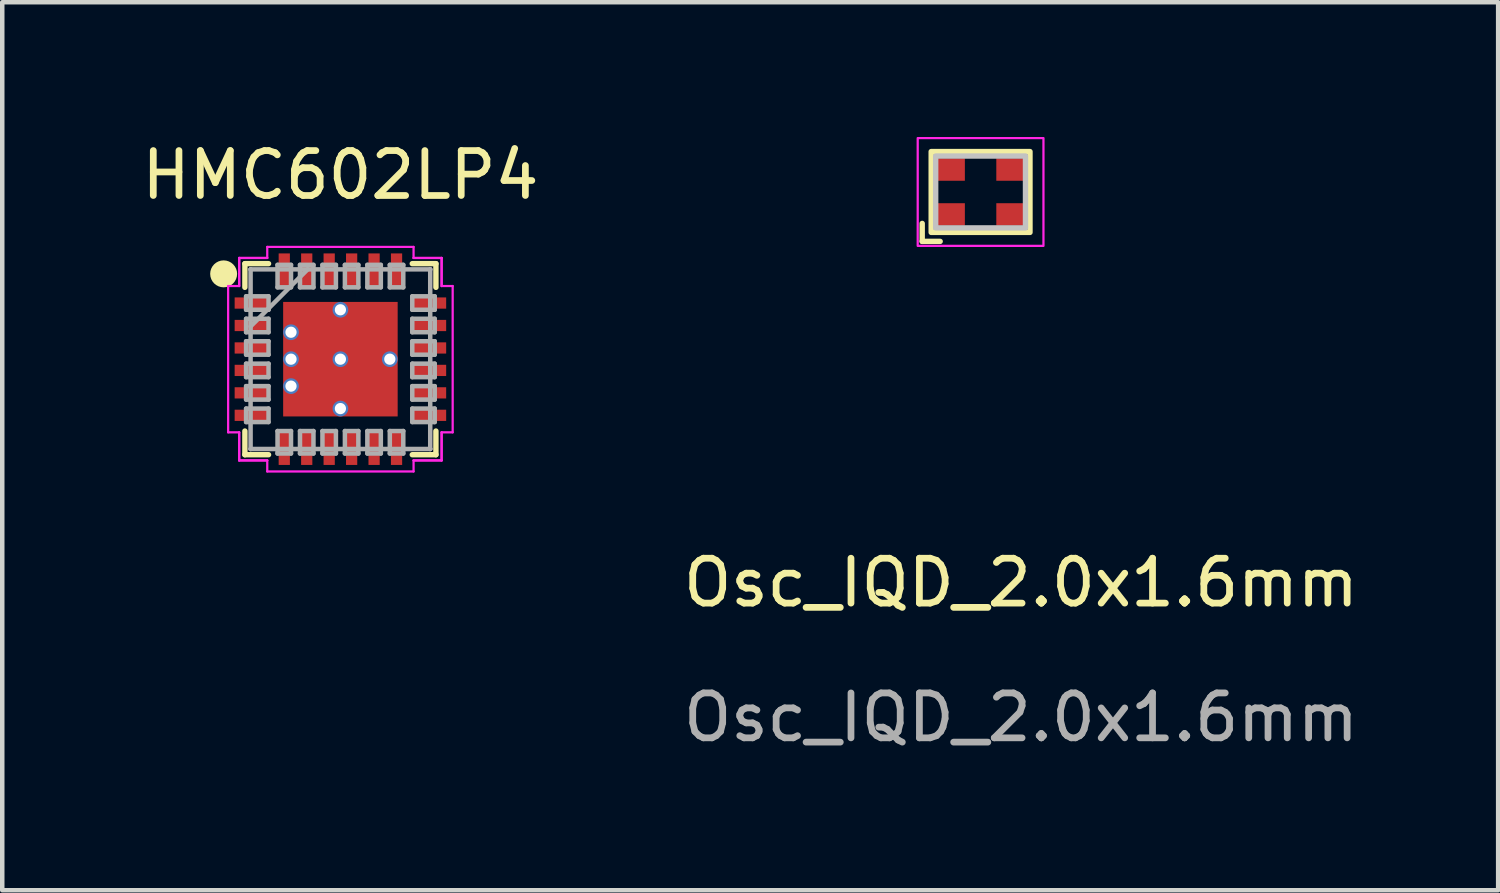
<source format=kicad_pcb>
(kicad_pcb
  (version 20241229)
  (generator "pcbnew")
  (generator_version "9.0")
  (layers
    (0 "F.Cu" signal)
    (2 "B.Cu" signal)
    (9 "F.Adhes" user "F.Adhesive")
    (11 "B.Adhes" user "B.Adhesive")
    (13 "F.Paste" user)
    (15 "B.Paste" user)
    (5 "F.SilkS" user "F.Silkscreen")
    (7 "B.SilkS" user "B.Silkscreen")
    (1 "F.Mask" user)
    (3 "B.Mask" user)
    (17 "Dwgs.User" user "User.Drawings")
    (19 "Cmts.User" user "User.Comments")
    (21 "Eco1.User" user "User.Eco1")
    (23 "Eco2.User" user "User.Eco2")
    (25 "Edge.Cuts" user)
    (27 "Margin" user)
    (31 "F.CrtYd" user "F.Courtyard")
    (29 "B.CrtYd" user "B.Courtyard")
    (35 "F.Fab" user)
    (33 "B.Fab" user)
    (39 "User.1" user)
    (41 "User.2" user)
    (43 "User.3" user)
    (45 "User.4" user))
  (footprint "HMC602LP4"
    (layer "F.Cu")
    (at 4.53 4.948)
    (property "Reference" "HMC602LP4" (at 0 -4.1 0) (layer "F.SilkS") (effects (font (size 1 1) (thickness 0.15))))
    (attr smd)
    (fp_line (start -2.127 -2.127) (end -2.127 -1.6) (stroke (width 0.12) (type solid)) (layer "F.SilkS"))
    (fp_line (start -2.127 1.6) (end -2.127 2.127) (stroke (width 0.12) (type solid)) (layer "F.SilkS"))
    (fp_line (start -2.127 2.127) (end -1.6 2.127) (stroke (width 0.12) (type solid)) (layer "F.SilkS"))
    (fp_line (start -1.6 -2.127) (end -2.127 -2.127) (stroke (width 0.12) (type solid)) (layer "F.SilkS"))
    (fp_line (start 1.6 2.127) (end 2.127 2.127) (stroke (width 0.12) (type solid)) (layer "F.SilkS"))
    (fp_line (start 2.127 -2.127) (end 1.6 -2.127) (stroke (width 0.12) (type solid)) (layer "F.SilkS"))
    (fp_line (start 2.127 -1.6) (end 2.127 -2.127) (stroke (width 0.12) (type solid)) (layer "F.SilkS"))
    (fp_line (start 2.127 2.127) (end 2.127 1.6) (stroke (width 0.12) (type solid)) (layer "F.SilkS"))
    (fp_circle (center -2.6 -1.9) (end -2.3 -1.9) (stroke (width 0) (type solid)) (fill yes) (layer "F.SilkS"))
    (fp_poly (pts (xy -1.2 -1.2) (xy -1.2 -0.9) (xy -0.5 -0.9) (xy -0.5 -1.2)) (stroke (width 0.1) (type solid)) (fill yes) (layer "F.Paste"))
    (fp_poly (pts (xy -1.2 0.9) (xy -1.2 1.2) (xy -0.5 1.2) (xy -0.5 0.9)) (stroke (width 0.1) (type solid)) (fill yes) (layer "F.Paste"))
    (fp_poly (pts (xy -0.5 0.6) (xy -0.5 -0.6) (xy -0.8 -0.6) (xy -0.8 0.6)) (stroke (width 0.1) (type solid)) (fill yes) (layer "F.Paste"))
    (fp_poly (pts (xy -0.2 -0.5) (xy 0.2 -0.5) (xy 0.2 -0.8) (xy -0.2 -0.8)) (stroke (width 0.1) (type solid)) (fill yes) (layer "F.Paste"))
    (fp_poly (pts (xy -0.2 0.8) (xy 0.2 0.8) (xy 0.2 0.5) (xy -0.2 0.5)) (stroke (width 0.1) (type solid)) (fill yes) (layer "F.Paste"))
    (fp_poly (pts (xy 0.5 -1.2) (xy 0.5 -0.9) (xy 1.2 -0.9) (xy 1.2 -1.2)) (stroke (width 0.1) (type solid)) (fill yes) (layer "F.Paste"))
    (fp_poly (pts (xy 0.5 0.9) (xy 0.5 1.2) (xy 1.2 1.2) (xy 1.2 0.9)) (stroke (width 0.1) (type solid)) (fill yes) (layer "F.Paste"))
    (fp_poly (pts (xy 0.8 0.6) (xy 0.8 -0.6) (xy 0.5 -0.6) (xy 0.5 0.6)) (stroke (width 0.1) (type solid)) (fill yes) (layer "F.Paste"))
    (fp_line (start -2.5 -1.629) (end -2.254 -1.629) (stroke (width 0.05) (type solid)) (layer "F.CrtYd"))
    (fp_line (start -2.5 1.629) (end -2.5 -1.629) (stroke (width 0.05) (type solid)) (layer "F.CrtYd"))
    (fp_line (start -2.254 -2.254) (end -1.629 -2.254) (stroke (width 0.05) (type solid)) (layer "F.CrtYd"))
    (fp_line (start -2.254 -2.254) (end -1.629 -2.254) (stroke (width 0.05) (type solid)) (layer "F.CrtYd"))
    (fp_line (start -2.254 -1.629) (end -2.254 -2.254) (stroke (width 0.05) (type solid)) (layer "F.CrtYd"))
    (fp_line (start -2.254 -1.629) (end -2.254 -2.254) (stroke (width 0.05) (type solid)) (layer "F.CrtYd"))
    (fp_line (start -2.254 1.629) (end -2.5 1.629) (stroke (width 0.05) (type solid)) (layer "F.CrtYd"))
    (fp_line (start -2.254 2.254) (end -2.254 1.629) (stroke (width 0.05) (type solid)) (layer "F.CrtYd"))
    (fp_line (start -2.254 2.254) (end -2.254 1.629) (stroke (width 0.05) (type solid)) (layer "F.CrtYd"))
    (fp_line (start -1.629 -2.5) (end 1.629 -2.5) (stroke (width 0.05) (type solid)) (layer "F.CrtYd"))
    (fp_line (start -1.629 -2.254) (end -1.629 -2.5) (stroke (width 0.05) (type solid)) (layer "F.CrtYd"))
    (fp_line (start -1.629 2.254) (end -2.254 2.254) (stroke (width 0.05) (type solid)) (layer "F.CrtYd"))
    (fp_line (start -1.629 2.254) (end -2.254 2.254) (stroke (width 0.05) (type solid)) (layer "F.CrtYd"))
    (fp_line (start -1.629 2.5) (end -1.629 2.254) (stroke (width 0.05) (type solid)) (layer "F.CrtYd"))
    (fp_line (start 1.629 -2.5) (end 1.629 -2.254) (stroke (width 0.05) (type solid)) (layer "F.CrtYd"))
    (fp_line (start 1.629 -2.254) (end 2.254 -2.254) (stroke (width 0.05) (type solid)) (layer "F.CrtYd"))
    (fp_line (start 1.629 -2.254) (end 2.254 -2.254) (stroke (width 0.05) (type solid)) (layer "F.CrtYd"))
    (fp_line (start 1.629 2.254) (end 1.629 2.5) (stroke (width 0.05) (type solid)) (layer "F.CrtYd"))
    (fp_line (start 1.629 2.5) (end -1.629 2.5) (stroke (width 0.05) (type solid)) (layer "F.CrtYd"))
    (fp_line (start 2.254 -2.254) (end 2.254 -1.629) (stroke (width 0.05) (type solid)) (layer "F.CrtYd"))
    (fp_line (start 2.254 -2.254) (end 2.254 -1.629) (stroke (width 0.05) (type solid)) (layer "F.CrtYd"))
    (fp_line (start 2.254 -1.629) (end 2.5 -1.629) (stroke (width 0.05) (type solid)) (layer "F.CrtYd"))
    (fp_line (start 2.254 1.629) (end 2.254 2.254) (stroke (width 0.05) (type solid)) (layer "F.CrtYd"))
    (fp_line (start 2.254 1.629) (end 2.254 2.254) (stroke (width 0.05) (type solid)) (layer "F.CrtYd"))
    (fp_line (start 2.254 2.254) (end 1.629 2.254) (stroke (width 0.05) (type solid)) (layer "F.CrtYd"))
    (fp_line (start 2.254 2.254) (end 1.629 2.254) (stroke (width 0.05) (type solid)) (layer "F.CrtYd"))
    (fp_line (start 2.5 -1.629) (end 2.5 1.629) (stroke (width 0.05) (type solid)) (layer "F.CrtYd"))
    (fp_line (start 2.5 1.629) (end 2.254 1.629) (stroke (width 0.05) (type solid)) (layer "F.CrtYd"))
    (fp_line (start -2.1 -1.4) (end -2.1 -1.1) (stroke (width 0.1) (type solid)) (layer "F.Fab"))
    (fp_line (start -2.1 -1.1) (end -1.6 -1.1) (stroke (width 0.1) (type solid)) (layer "F.Fab"))
    (fp_line (start -2.1 -0.9) (end -2.1 -0.6) (stroke (width 0.1) (type solid)) (layer "F.Fab"))
    (fp_line (start -2.1 -0.6) (end -1.6 -0.6) (stroke (width 0.1) (type solid)) (layer "F.Fab"))
    (fp_line (start -2.1 -0.4) (end -2.1 -0.1) (stroke (width 0.1) (type solid)) (layer "F.Fab"))
    (fp_line (start -2.1 -0.1) (end -1.6 -0.1) (stroke (width 0.1) (type solid)) (layer "F.Fab"))
    (fp_line (start -2.1 0.1) (end -2.1 0.4) (stroke (width 0.1) (type solid)) (layer "F.Fab"))
    (fp_line (start -2.1 0.4) (end -1.6 0.4) (stroke (width 0.1) (type solid)) (layer "F.Fab"))
    (fp_line (start -2.1 0.6) (end -2.1 0.9) (stroke (width 0.1) (type solid)) (layer "F.Fab"))
    (fp_line (start -2.1 0.9) (end -1.6 0.9) (stroke (width 0.1) (type solid)) (layer "F.Fab"))
    (fp_line (start -2.1 1.1) (end -2.1 1.4) (stroke (width 0.1) (type solid)) (layer "F.Fab"))
    (fp_line (start -2.1 1.4) (end -1.6 1.4) (stroke (width 0.1) (type solid)) (layer "F.Fab"))
    (fp_line (start -2 -2) (end -2 -2) (stroke (width 0.1) (type solid)) (layer "F.Fab"))
    (fp_line (start -2 -2) (end -2 2) (stroke (width 0.1) (type solid)) (layer "F.Fab"))
    (fp_line (start -2 -0.73) (end -0.73 -2) (stroke (width 0.1) (type solid)) (layer "F.Fab"))
    (fp_line (start -2 2) (end -2 2) (stroke (width 0.1) (type solid)) (layer "F.Fab"))
    (fp_line (start -2 2) (end 2 2) (stroke (width 0.1) (type solid)) (layer "F.Fab"))
    (fp_line (start -1.6 -1.4) (end -2.1 -1.4) (stroke (width 0.1) (type solid)) (layer "F.Fab"))
    (fp_line (start -1.6 -1.1) (end -1.6 -1.4) (stroke (width 0.1) (type solid)) (layer "F.Fab"))
    (fp_line (start -1.6 -0.9) (end -2.1 -0.9) (stroke (width 0.1) (type solid)) (layer "F.Fab"))
    (fp_line (start -1.6 -0.6) (end -1.6 -0.9) (stroke (width 0.1) (type solid)) (layer "F.Fab"))
    (fp_line (start -1.6 -0.4) (end -2.1 -0.4) (stroke (width 0.1) (type solid)) (layer "F.Fab"))
    (fp_line (start -1.6 -0.1) (end -1.6 -0.4) (stroke (width 0.1) (type solid)) (layer "F.Fab"))
    (fp_line (start -1.6 0.1) (end -2.1 0.1) (stroke (width 0.1) (type solid)) (layer "F.Fab"))
    (fp_line (start -1.6 0.4) (end -1.6 0.1) (stroke (width 0.1) (type solid)) (layer "F.Fab"))
    (fp_line (start -1.6 0.6) (end -2.1 0.6) (stroke (width 0.1) (type solid)) (layer "F.Fab"))
    (fp_line (start -1.6 0.9) (end -1.6 0.6) (stroke (width 0.1) (type solid)) (layer "F.Fab"))
    (fp_line (start -1.6 1.1) (end -2.1 1.1) (stroke (width 0.1) (type solid)) (layer "F.Fab"))
    (fp_line (start -1.6 1.4) (end -1.6 1.1) (stroke (width 0.1) (type solid)) (layer "F.Fab"))
    (fp_line (start -1.4 -2.1) (end -1.4 -1.6) (stroke (width 0.1) (type solid)) (layer "F.Fab"))
    (fp_line (start -1.4 -1.6) (end -1.1 -1.6) (stroke (width 0.1) (type solid)) (layer "F.Fab"))
    (fp_line (start -1.4 1.6) (end -1.4 2.1) (stroke (width 0.1) (type solid)) (layer "F.Fab"))
    (fp_line (start -1.4 2.1) (end -1.1 2.1) (stroke (width 0.1) (type solid)) (layer "F.Fab"))
    (fp_line (start -1.1 -2.1) (end -1.4 -2.1) (stroke (width 0.1) (type solid)) (layer "F.Fab"))
    (fp_line (start -1.1 -1.6) (end -1.1 -2.1) (stroke (width 0.1) (type solid)) (layer "F.Fab"))
    (fp_line (start -1.1 1.6) (end -1.4 1.6) (stroke (width 0.1) (type solid)) (layer "F.Fab"))
    (fp_line (start -1.1 2.1) (end -1.1 1.6) (stroke (width 0.1) (type solid)) (layer "F.Fab"))
    (fp_line (start -0.9 -2.1) (end -0.9 -1.6) (stroke (width 0.1) (type solid)) (layer "F.Fab"))
    (fp_line (start -0.9 -1.6) (end -0.6 -1.6) (stroke (width 0.1) (type solid)) (layer "F.Fab"))
    (fp_line (start -0.9 1.6) (end -0.9 2.1) (stroke (width 0.1) (type solid)) (layer "F.Fab"))
    (fp_line (start -0.9 2.1) (end -0.6 2.1) (stroke (width 0.1) (type solid)) (layer "F.Fab"))
    (fp_line (start -0.6 -2.1) (end -0.9 -2.1) (stroke (width 0.1) (type solid)) (layer "F.Fab"))
    (fp_line (start -0.6 -1.6) (end -0.6 -2.1) (stroke (width 0.1) (type solid)) (layer "F.Fab"))
    (fp_line (start -0.6 1.6) (end -0.9 1.6) (stroke (width 0.1) (type solid)) (layer "F.Fab"))
    (fp_line (start -0.6 2.1) (end -0.6 1.6) (stroke (width 0.1) (type solid)) (layer "F.Fab"))
    (fp_line (start -0.4 -2.1) (end -0.4 -1.6) (stroke (width 0.1) (type solid)) (layer "F.Fab"))
    (fp_line (start -0.4 -1.6) (end -0.1 -1.6) (stroke (width 0.1) (type solid)) (layer "F.Fab"))
    (fp_line (start -0.4 1.6) (end -0.4 2.1) (stroke (width 0.1) (type solid)) (layer "F.Fab"))
    (fp_line (start -0.4 2.1) (end -0.1 2.1) (stroke (width 0.1) (type solid)) (layer "F.Fab"))
    (fp_line (start -0.1 -2.1) (end -0.4 -2.1) (stroke (width 0.1) (type solid)) (layer "F.Fab"))
    (fp_line (start -0.1 -1.6) (end -0.1 -2.1) (stroke (width 0.1) (type solid)) (layer "F.Fab"))
    (fp_line (start -0.1 1.6) (end -0.4 1.6) (stroke (width 0.1) (type solid)) (layer "F.Fab"))
    (fp_line (start -0.1 2.1) (end -0.1 1.6) (stroke (width 0.1) (type solid)) (layer "F.Fab"))
    (fp_line (start 0.1 -2.1) (end 0.1 -1.6) (stroke (width 0.1) (type solid)) (layer "F.Fab"))
    (fp_line (start 0.1 -1.6) (end 0.4 -1.6) (stroke (width 0.1) (type solid)) (layer "F.Fab"))
    (fp_line (start 0.1 1.6) (end 0.1 2.1) (stroke (width 0.1) (type solid)) (layer "F.Fab"))
    (fp_line (start 0.1 2.1) (end 0.4 2.1) (stroke (width 0.1) (type solid)) (layer "F.Fab"))
    (fp_line (start 0.4 -2.1) (end 0.1 -2.1) (stroke (width 0.1) (type solid)) (layer "F.Fab"))
    (fp_line (start 0.4 -1.6) (end 0.4 -2.1) (stroke (width 0.1) (type solid)) (layer "F.Fab"))
    (fp_line (start 0.4 1.6) (end 0.1 1.6) (stroke (width 0.1) (type solid)) (layer "F.Fab"))
    (fp_line (start 0.4 2.1) (end 0.4 1.6) (stroke (width 0.1) (type solid)) (layer "F.Fab"))
    (fp_line (start 0.6 -2.1) (end 0.6 -1.6) (stroke (width 0.1) (type solid)) (layer "F.Fab"))
    (fp_line (start 0.6 -1.6) (end 0.9 -1.6) (stroke (width 0.1) (type solid)) (layer "F.Fab"))
    (fp_line (start 0.6 1.6) (end 0.6 2.1) (stroke (width 0.1) (type solid)) (layer "F.Fab"))
    (fp_line (start 0.6 2.1) (end 0.9 2.1) (stroke (width 0.1) (type solid)) (layer "F.Fab"))
    (fp_line (start 0.9 -2.1) (end 0.6 -2.1) (stroke (width 0.1) (type solid)) (layer "F.Fab"))
    (fp_line (start 0.9 -1.6) (end 0.9 -2.1) (stroke (width 0.1) (type solid)) (layer "F.Fab"))
    (fp_line (start 0.9 1.6) (end 0.6 1.6) (stroke (width 0.1) (type solid)) (layer "F.Fab"))
    (fp_line (start 0.9 2.1) (end 0.9 1.6) (stroke (width 0.1) (type solid)) (layer "F.Fab"))
    (fp_line (start 1.1 -2.1) (end 1.1 -1.6) (stroke (width 0.1) (type solid)) (layer "F.Fab"))
    (fp_line (start 1.1 -1.6) (end 1.4 -1.6) (stroke (width 0.1) (type solid)) (layer "F.Fab"))
    (fp_line (start 1.1 1.6) (end 1.1 2.1) (stroke (width 0.1) (type solid)) (layer "F.Fab"))
    (fp_line (start 1.1 2.1) (end 1.4 2.1) (stroke (width 0.1) (type solid)) (layer "F.Fab"))
    (fp_line (start 1.4 -2.1) (end 1.1 -2.1) (stroke (width 0.1) (type solid)) (layer "F.Fab"))
    (fp_line (start 1.4 -1.6) (end 1.4 -2.1) (stroke (width 0.1) (type solid)) (layer "F.Fab"))
    (fp_line (start 1.4 1.6) (end 1.1 1.6) (stroke (width 0.1) (type solid)) (layer "F.Fab"))
    (fp_line (start 1.4 2.1) (end 1.4 1.6) (stroke (width 0.1) (type solid)) (layer "F.Fab"))
    (fp_line (start 1.6 -1.4) (end 1.6 -1.1) (stroke (width 0.1) (type solid)) (layer "F.Fab"))
    (fp_line (start 1.6 -1.1) (end 2.1 -1.1) (stroke (width 0.1) (type solid)) (layer "F.Fab"))
    (fp_line (start 1.6 -0.9) (end 1.6 -0.6) (stroke (width 0.1) (type solid)) (layer "F.Fab"))
    (fp_line (start 1.6 -0.6) (end 2.1 -0.6) (stroke (width 0.1) (type solid)) (layer "F.Fab"))
    (fp_line (start 1.6 -0.4) (end 1.6 -0.1) (stroke (width 0.1) (type solid)) (layer "F.Fab"))
    (fp_line (start 1.6 -0.1) (end 2.1 -0.1) (stroke (width 0.1) (type solid)) (layer "F.Fab"))
    (fp_line (start 1.6 0.1) (end 1.6 0.4) (stroke (width 0.1) (type solid)) (layer "F.Fab"))
    (fp_line (start 1.6 0.4) (end 2.1 0.4) (stroke (width 0.1) (type solid)) (layer "F.Fab"))
    (fp_line (start 1.6 0.6) (end 1.6 0.9) (stroke (width 0.1) (type solid)) (layer "F.Fab"))
    (fp_line (start 1.6 0.9) (end 2.1 0.9) (stroke (width 0.1) (type solid)) (layer "F.Fab"))
    (fp_line (start 1.6 1.1) (end 1.6 1.4) (stroke (width 0.1) (type solid)) (layer "F.Fab"))
    (fp_line (start 1.6 1.4) (end 2.1 1.4) (stroke (width 0.1) (type solid)) (layer "F.Fab"))
    (fp_line (start 2 -2) (end -2 -2) (stroke (width 0.1) (type solid)) (layer "F.Fab"))
    (fp_line (start 2 -2) (end 2 -2) (stroke (width 0.1) (type solid)) (layer "F.Fab"))
    (fp_line (start 2 2) (end 2 -2) (stroke (width 0.1) (type solid)) (layer "F.Fab"))
    (fp_line (start 2 2) (end 2 2) (stroke (width 0.1) (type solid)) (layer "F.Fab"))
    (fp_line (start 2.1 -1.4) (end 1.6 -1.4) (stroke (width 0.1) (type solid)) (layer "F.Fab"))
    (fp_line (start 2.1 -1.1) (end 2.1 -1.4) (stroke (width 0.1) (type solid)) (layer "F.Fab"))
    (fp_line (start 2.1 -0.9) (end 1.6 -0.9) (stroke (width 0.1) (type solid)) (layer "F.Fab"))
    (fp_line (start 2.1 -0.6) (end 2.1 -0.9) (stroke (width 0.1) (type solid)) (layer "F.Fab"))
    (fp_line (start 2.1 -0.4) (end 1.6 -0.4) (stroke (width 0.1) (type solid)) (layer "F.Fab"))
    (fp_line (start 2.1 -0.1) (end 2.1 -0.4) (stroke (width 0.1) (type solid)) (layer "F.Fab"))
    (fp_line (start 2.1 0.1) (end 1.6 0.1) (stroke (width 0.1) (type solid)) (layer "F.Fab"))
    (fp_line (start 2.1 0.4) (end 2.1 0.1) (stroke (width 0.1) (type solid)) (layer "F.Fab"))
    (fp_line (start 2.1 0.6) (end 1.6 0.6) (stroke (width 0.1) (type solid)) (layer "F.Fab"))
    (fp_line (start 2.1 0.9) (end 2.1 0.6) (stroke (width 0.1) (type solid)) (layer "F.Fab"))
    (fp_line (start 2.1 1.1) (end 1.6 1.1) (stroke (width 0.1) (type solid)) (layer "F.Fab"))
    (fp_line (start 2.1 1.4) (end 2.1 1.1) (stroke (width 0.1) (type solid)) (layer "F.Fab"))
    (pad "1" smd rect (at -1.97 -1.25 90) (size 0.25 0.77) (layers "F.Cu" "F.Mask" "F.Paste"))
    (pad "2" smd rect (at -1.97 -0.75 90) (size 0.25 0.77) (layers "F.Cu" "F.Mask" "F.Paste"))
    (pad "3" smd rect (at -1.97 -0.25 90) (size 0.25 0.77) (layers "F.Cu" "F.Mask" "F.Paste"))
    (pad "4" smd rect (at -1.97 0.25 90) (size 0.25 0.77) (layers "F.Cu" "F.Mask" "F.Paste"))
    (pad "5" smd rect (at -1.97 0.75 90) (size 0.25 0.77) (layers "F.Cu" "F.Mask" "F.Paste"))
    (pad "6" smd rect (at -1.97 1.25 90) (size 0.25 0.77) (layers "F.Cu" "F.Mask" "F.Paste"))
    (pad "7" smd rect (at -1.25 1.97) (size 0.25 0.77) (layers "F.Cu" "F.Mask" "F.Paste"))
    (pad "8" smd rect (at -0.75 1.97) (size 0.25 0.77) (layers "F.Cu" "F.Mask" "F.Paste"))
    (pad "9" smd rect (at -0.25 1.97) (size 0.25 0.77) (layers "F.Cu" "F.Mask" "F.Paste"))
    (pad "10" smd rect (at 0.25 1.97) (size 0.25 0.77) (layers "F.Cu" "F.Mask" "F.Paste"))
    (pad "11" smd rect (at 0.75 1.97) (size 0.25 0.77) (layers "F.Cu" "F.Mask" "F.Paste"))
    (pad "12" smd rect (at 1.25 1.97) (size 0.25 0.77) (layers "F.Cu" "F.Mask" "F.Paste"))
    (pad "13" smd rect (at 1.97 1.25 90) (size 0.25 0.77) (layers "F.Cu" "F.Mask" "F.Paste"))
    (pad "14" smd rect (at 1.97 0.75 90) (size 0.25 0.77) (layers "F.Cu" "F.Mask" "F.Paste"))
    (pad "15" smd rect (at 1.97 0.25 90) (size 0.25 0.77) (layers "F.Cu" "F.Mask" "F.Paste"))
    (pad "16" smd rect (at 1.97 -0.25 90) (size 0.25 0.77) (layers "F.Cu" "F.Mask" "F.Paste"))
    (pad "17" smd rect (at 1.97 -0.75 90) (size 0.25 0.77) (layers "F.Cu" "F.Mask" "F.Paste"))
    (pad "18" smd rect (at 1.97 -1.25 90) (size 0.25 0.77) (layers "F.Cu" "F.Mask" "F.Paste"))
    (pad "19" smd rect (at 1.25 -1.97) (size 0.25 0.77) (layers "F.Cu" "F.Mask" "F.Paste"))
    (pad "20" smd rect (at 0.75 -1.97) (size 0.25 0.77) (layers "F.Cu" "F.Mask" "F.Paste"))
    (pad "21" smd rect (at 0.25 -1.97) (size 0.25 0.77) (layers "F.Cu" "F.Mask" "F.Paste"))
    (pad "22" smd rect (at -0.25 -1.97) (size 0.25 0.77) (layers "F.Cu" "F.Mask" "F.Paste"))
    (pad "23" smd rect (at -0.75 -1.97) (size 0.25 0.77) (layers "F.Cu" "F.Mask" "F.Paste"))
    (pad "24" smd rect (at -1.25 -1.97) (size 0.25 0.77) (layers "F.Cu" "F.Mask" "F.Paste"))
    (pad "25" thru_hole circle (at -1.1 -0.6) (size 0.35 0.35) (drill 0.25) (layers "*.Cu" "*.Mask"))
    (pad "25" thru_hole circle (at -1.1 0) (size 0.35 0.35) (drill 0.25) (layers "*.Cu" "*.Mask"))
    (pad "25" thru_hole circle (at -1.1 0.6) (size 0.35 0.35) (drill 0.25) (layers "*.Cu" "*.Mask"))
    (pad "25" thru_hole circle (at 0 -1.1) (size 0.35 0.35) (drill 0.25) (layers "*.Cu" "*.Mask"))
    (pad "25" thru_hole circle (at 0 0) (size 0.35 0.35) (drill 0.25) (layers "*.Cu" "*.Mask"))
    (pad "25" smd rect (at 0 0) (size 2.55 2.55) (layers "F.Cu" "F.Mask"))
    (pad "25" thru_hole circle (at 0 1.1) (size 0.35 0.35) (drill 0.25) (layers "*.Cu" "*.Mask"))
    (pad "25" thru_hole circle (at 1.1 0) (size 0.35 0.35) (drill 0.25) (layers "*.Cu" "*.Mask")))
  (footprint "Osc_IQD_2.0x1.6mm"
    (layer "F.Cu")
    (at 18.785 1.225)
    (property "Reference" "Osc_IQD_2.0x1.6mm" (at 0.9 8.7 0) (unlocked yes) (layer "F.SilkS") (effects (font (size 1 1) (thickness 0.15))))
    (attr smd)
    (fp_line (start -1.3 0.7) (end -1.3 1.1) (stroke (width 0.12) (type solid)) (layer "F.SilkS"))
    (fp_line (start -1.3 1.1) (end -0.9 1.1) (stroke (width 0.12) (type solid)) (layer "F.SilkS"))
    (fp_rect (start -1.1 -0.9) (end 1.1 0.9) (stroke (width 0.12) (type solid)) (fill no) (layer "F.SilkS"))
    (fp_rect (start -1 -0.8) (end 1 0.8) (stroke (width 0.12) (type solid)) (fill no) (layer "Dwgs.User"))
    (fp_rect (start -1.4 -1.2) (end 1.4 1.2) (stroke (width 0.05) (type solid)) (fill no) (layer "F.CrtYd"))
    (fp_text user "${REFERENCE}" (at 0.9 11.7 0) (unlocked yes) (layer "F.Fab") (effects (font (size 1 1) (thickness 0.15))))
    (pad "1" smd rect (at -0.65 0.5) (size 0.6 0.5) (layers "F.Cu" "F.Mask" "F.Paste"))
    (pad "2" smd rect (at 0.65 0.5) (size 0.6 0.5) (layers "F.Cu" "F.Mask" "F.Paste"))
    (pad "3" smd rect (at 0.65 -0.5) (size 0.6 0.5) (layers "F.Cu" "F.Mask" "F.Paste"))
    (pad "4" smd rect (at -0.65 -0.5) (size 0.6 0.5) (layers "F.Cu" "F.Mask" "F.Paste")))
  (gr_rect
    (start -3 -3)
    (end 30.31 16.773)
    (stroke (width 0.1) (type default))
    (fill no)
    (layer "Edge.Cuts")))
</source>
